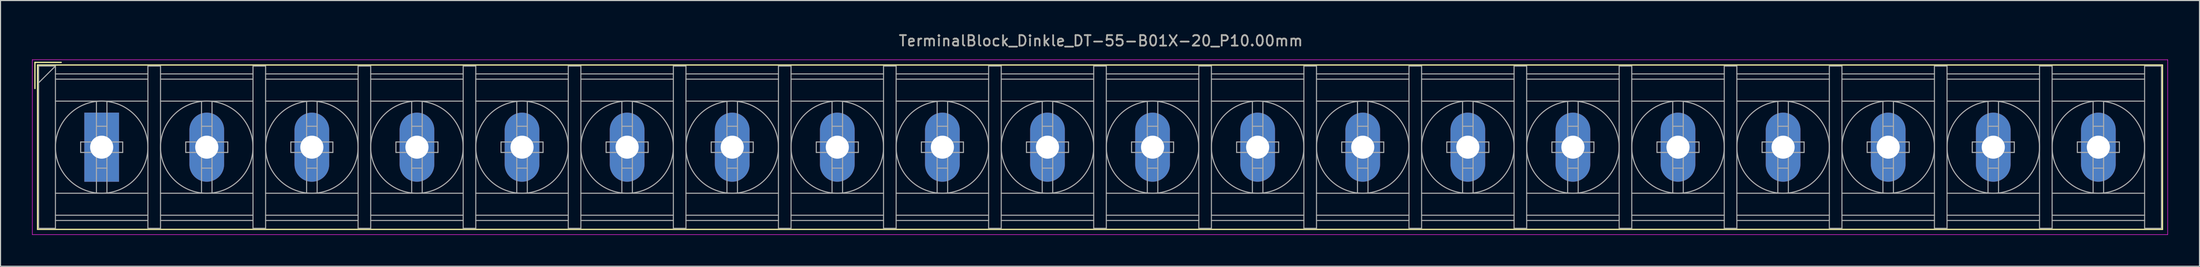
<source format=kicad_pcb>
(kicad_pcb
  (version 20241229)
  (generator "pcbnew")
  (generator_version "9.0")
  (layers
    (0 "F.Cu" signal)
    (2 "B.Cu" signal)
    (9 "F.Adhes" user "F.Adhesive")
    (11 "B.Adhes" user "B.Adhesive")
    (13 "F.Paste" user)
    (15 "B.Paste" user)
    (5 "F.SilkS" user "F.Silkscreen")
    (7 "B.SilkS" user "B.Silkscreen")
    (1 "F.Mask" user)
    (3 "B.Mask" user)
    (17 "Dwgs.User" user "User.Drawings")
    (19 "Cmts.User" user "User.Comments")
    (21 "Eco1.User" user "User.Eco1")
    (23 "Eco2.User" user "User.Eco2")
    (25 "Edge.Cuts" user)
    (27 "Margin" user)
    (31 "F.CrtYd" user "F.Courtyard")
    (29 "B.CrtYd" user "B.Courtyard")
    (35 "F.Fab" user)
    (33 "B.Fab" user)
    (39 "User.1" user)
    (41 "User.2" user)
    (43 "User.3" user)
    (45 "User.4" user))
  (footprint "TerminalBlock_Dinkle_DT-55-B01X-20_P10.00mm"
    (layer "F.Cu")
    (at 6.625 11.008)
    (property "Reference" "TerminalBlock_Dinkle_DT-55-B01X-20_P10.00mm" (at 95.08 -10.16 0) (layer "F.SilkS") (effects (font (size 1 1) (thickness 0.15))))
    (attr through_hole)
    (fp_line (start -6.35 -8.1) (end -3.85 -8.1) (stroke (width 0.12) (type solid)) (layer "F.SilkS"))
    (fp_line (start -6.35 -5.6) (end -6.35 -8.1) (stroke (width 0.12) (type solid)) (layer "F.SilkS"))
    (fp_line (start -6.1 -7.85) (end 196.1 -7.85) (stroke (width 0.12) (type solid)) (layer "F.SilkS"))
    (fp_line (start -6.1 7.85) (end -6.1 -7.85) (stroke (width 0.12) (type solid)) (layer "F.SilkS"))
    (fp_line (start -6.1 7.85) (end 196.1 7.85) (stroke (width 0.12) (type solid)) (layer "F.SilkS"))
    (fp_line (start 196.1 -7.85) (end 196.1 7.85) (stroke (width 0.12) (type solid)) (layer "F.SilkS"))
    (fp_line (start -6.6 -8.35) (end 196.6 -8.35) (stroke (width 0.05) (type solid)) (layer "F.CrtYd"))
    (fp_line (start -6.6 8.35) (end -6.6 -8.35) (stroke (width 0.05) (type solid)) (layer "F.CrtYd"))
    (fp_line (start -6.6 8.35) (end 196.6 8.35) (stroke (width 0.05) (type solid)) (layer "F.CrtYd"))
    (fp_line (start 196.6 -8.35) (end 196.6 8.35) (stroke (width 0.05) (type solid)) (layer "F.CrtYd"))
    (fp_line (start -6 -7.75) (end -6 7.75) (stroke (width 0.1) (type solid)) (layer "F.Fab"))
    (fp_line (start -6 -7.75) (end -4.4 -7.75) (stroke (width 0.1) (type solid)) (layer "F.Fab"))
    (fp_line (start -6 7.75) (end -4.4 7.75) (stroke (width 0.1) (type solid)) (layer "F.Fab"))
    (fp_line (start -4.4 -7.75) (end -6 -6.15) (stroke (width 0.1) (type solid)) (layer "F.Fab"))
    (fp_line (start -4.4 -7.75) (end -4.4 7.75) (stroke (width 0.1) (type solid)) (layer "F.Fab"))
    (fp_line (start -4.4 -7) (end 4.4 -7) (stroke (width 0.1) (type solid)) (layer "F.Fab"))
    (fp_line (start -4.4 -6.5) (end 4.4 -6.5) (stroke (width 0.1) (type solid)) (layer "F.Fab"))
    (fp_line (start -4.4 -4.4) (end 4.4 -4.4) (stroke (width 0.1) (type solid)) (layer "F.Fab"))
    (fp_line (start -4.4 4.4) (end 4.4 4.4) (stroke (width 0.1) (type solid)) (layer "F.Fab"))
    (fp_line (start -4.4 6.5) (end 4.4 6.5) (stroke (width 0.1) (type solid)) (layer "F.Fab"))
    (fp_line (start -4.4 7) (end 4.4 7) (stroke (width 0.1) (type solid)) (layer "F.Fab"))
    (fp_line (start -2 -0.5) (end -2 0.5) (stroke (width 0.1) (type solid)) (layer "F.Fab"))
    (fp_line (start -2 0.5) (end -0.5 0.5) (stroke (width 0.1) (type solid)) (layer "F.Fab"))
    (fp_line (start -0.5 -4.35) (end -0.5 -0.5) (stroke (width 0.1) (type solid)) (layer "F.Fab"))
    (fp_line (start -0.5 -2) (end 0.5 -2) (stroke (width 0.1) (type solid)) (layer "F.Fab"))
    (fp_line (start -0.5 -0.5) (end -2 -0.5) (stroke (width 0.1) (type solid)) (layer "F.Fab"))
    (fp_line (start -0.5 0.5) (end -0.5 4.35) (stroke (width 0.1) (type solid)) (layer "F.Fab"))
    (fp_line (start -0.5 2) (end 0.5 2) (stroke (width 0.1) (type solid)) (layer "F.Fab"))
    (fp_line (start 0.5 -4.35) (end 0.5 -0.5) (stroke (width 0.1) (type solid)) (layer "F.Fab"))
    (fp_line (start 0.5 -0.5) (end 2 -0.5) (stroke (width 0.1) (type solid)) (layer "F.Fab"))
    (fp_line (start 0.5 0.5) (end 0.5 4.35) (stroke (width 0.1) (type solid)) (layer "F.Fab"))
    (fp_line (start 2 -0.5) (end 2 0.5) (stroke (width 0.1) (type solid)) (layer "F.Fab"))
    (fp_line (start 2 0.5) (end 0.5 0.5) (stroke (width 0.1) (type solid)) (layer "F.Fab"))
    (fp_line (start 4.4 -7.75) (end 4.4 7.75) (stroke (width 0.1) (type solid)) (layer "F.Fab"))
    (fp_line (start 4.4 -7.75) (end 5.6 -7.75) (stroke (width 0.1) (type solid)) (layer "F.Fab"))
    (fp_line (start 4.4 7.75) (end 5.6 7.75) (stroke (width 0.1) (type solid)) (layer "F.Fab"))
    (fp_line (start 5.6 -7.75) (end 5.6 7.75) (stroke (width 0.1) (type solid)) (layer "F.Fab"))
    (fp_line (start 5.6 -7) (end 14.4 -7) (stroke (width 0.1) (type solid)) (layer "F.Fab"))
    (fp_line (start 5.6 -6.5) (end 14.4 -6.5) (stroke (width 0.1) (type solid)) (layer "F.Fab"))
    (fp_line (start 5.6 -4.4) (end 14.4 -4.4) (stroke (width 0.1) (type solid)) (layer "F.Fab"))
    (fp_line (start 5.6 4.4) (end 14.4 4.4) (stroke (width 0.1) (type solid)) (layer "F.Fab"))
    (fp_line (start 5.6 6.5) (end 14.4 6.5) (stroke (width 0.1) (type solid)) (layer "F.Fab"))
    (fp_line (start 5.6 7) (end 14.4 7) (stroke (width 0.1) (type solid)) (layer "F.Fab"))
    (fp_line (start 8 -0.5) (end 8 0.5) (stroke (width 0.1) (type solid)) (layer "F.Fab"))
    (fp_line (start 8 0.5) (end 9.5 0.5) (stroke (width 0.1) (type solid)) (layer "F.Fab"))
    (fp_line (start 9.5 -4.35) (end 9.5 -0.5) (stroke (width 0.1) (type solid)) (layer "F.Fab"))
    (fp_line (start 9.5 -2) (end 10.5 -2) (stroke (width 0.1) (type solid)) (layer "F.Fab"))
    (fp_line (start 9.5 -0.5) (end 8 -0.5) (stroke (width 0.1) (type solid)) (layer "F.Fab"))
    (fp_line (start 9.5 0.5) (end 9.5 4.35) (stroke (width 0.1) (type solid)) (layer "F.Fab"))
    (fp_line (start 9.5 2) (end 10.5 2) (stroke (width 0.1) (type solid)) (layer "F.Fab"))
    (fp_line (start 10.5 -4.35) (end 10.5 -0.5) (stroke (width 0.1) (type solid)) (layer "F.Fab"))
    (fp_line (start 10.5 -0.5) (end 12 -0.5) (stroke (width 0.1) (type solid)) (layer "F.Fab"))
    (fp_line (start 10.5 0.5) (end 10.5 4.35) (stroke (width 0.1) (type solid)) (layer "F.Fab"))
    (fp_line (start 12 -0.5) (end 12 0.5) (stroke (width 0.1) (type solid)) (layer "F.Fab"))
    (fp_line (start 12 0.5) (end 10.5 0.5) (stroke (width 0.1) (type solid)) (layer "F.Fab"))
    (fp_line (start 14.4 -7.75) (end 14.4 7.75) (stroke (width 0.1) (type solid)) (layer "F.Fab"))
    (fp_line (start 14.4 -7.75) (end 15.6 -7.75) (stroke (width 0.1) (type solid)) (layer "F.Fab"))
    (fp_line (start 14.4 7.75) (end 15.6 7.75) (stroke (width 0.1) (type solid)) (layer "F.Fab"))
    (fp_line (start 15.6 -7.75) (end 15.6 7.75) (stroke (width 0.1) (type solid)) (layer "F.Fab"))
    (fp_line (start 15.6 -7) (end 24.4 -7) (stroke (width 0.1) (type solid)) (layer "F.Fab"))
    (fp_line (start 15.6 -6.5) (end 24.4 -6.5) (stroke (width 0.1) (type solid)) (layer "F.Fab"))
    (fp_line (start 15.6 -4.4) (end 24.4 -4.4) (stroke (width 0.1) (type solid)) (layer "F.Fab"))
    (fp_line (start 15.6 4.4) (end 24.4 4.4) (stroke (width 0.1) (type solid)) (layer "F.Fab"))
    (fp_line (start 15.6 6.5) (end 24.4 6.5) (stroke (width 0.1) (type solid)) (layer "F.Fab"))
    (fp_line (start 15.6 7) (end 24.4 7) (stroke (width 0.1) (type solid)) (layer "F.Fab"))
    (fp_line (start 18 -0.5) (end 18 0.5) (stroke (width 0.1) (type solid)) (layer "F.Fab"))
    (fp_line (start 18 0.5) (end 19.5 0.5) (stroke (width 0.1) (type solid)) (layer "F.Fab"))
    (fp_line (start 19.5 -4.35) (end 19.5 -0.5) (stroke (width 0.1) (type solid)) (layer "F.Fab"))
    (fp_line (start 19.5 -2) (end 20.5 -2) (stroke (width 0.1) (type solid)) (layer "F.Fab"))
    (fp_line (start 19.5 -0.5) (end 18 -0.5) (stroke (width 0.1) (type solid)) (layer "F.Fab"))
    (fp_line (start 19.5 0.5) (end 19.5 4.35) (stroke (width 0.1) (type solid)) (layer "F.Fab"))
    (fp_line (start 19.5 2) (end 20.5 2) (stroke (width 0.1) (type solid)) (layer "F.Fab"))
    (fp_line (start 20.5 -4.35) (end 20.5 -0.5) (stroke (width 0.1) (type solid)) (layer "F.Fab"))
    (fp_line (start 20.5 -0.5) (end 22 -0.5) (stroke (width 0.1) (type solid)) (layer "F.Fab"))
    (fp_line (start 20.5 0.5) (end 20.5 4.35) (stroke (width 0.1) (type solid)) (layer "F.Fab"))
    (fp_line (start 22 -0.5) (end 22 0.5) (stroke (width 0.1) (type solid)) (layer "F.Fab"))
    (fp_line (start 22 0.5) (end 20.5 0.5) (stroke (width 0.1) (type solid)) (layer "F.Fab"))
    (fp_line (start 24.4 -7.75) (end 24.4 7.75) (stroke (width 0.1) (type solid)) (layer "F.Fab"))
    (fp_line (start 24.4 -7.75) (end 25.6 -7.75) (stroke (width 0.1) (type solid)) (layer "F.Fab"))
    (fp_line (start 24.4 7.75) (end 25.6 7.75) (stroke (width 0.1) (type solid)) (layer "F.Fab"))
    (fp_line (start 25.6 -7.75) (end 25.6 7.75) (stroke (width 0.1) (type solid)) (layer "F.Fab"))
    (fp_line (start 25.6 -7) (end 34.4 -7) (stroke (width 0.1) (type solid)) (layer "F.Fab"))
    (fp_line (start 25.6 -6.5) (end 34.4 -6.5) (stroke (width 0.1) (type solid)) (layer "F.Fab"))
    (fp_line (start 25.6 -4.4) (end 34.4 -4.4) (stroke (width 0.1) (type solid)) (layer "F.Fab"))
    (fp_line (start 25.6 4.4) (end 34.4 4.4) (stroke (width 0.1) (type solid)) (layer "F.Fab"))
    (fp_line (start 25.6 6.5) (end 34.4 6.5) (stroke (width 0.1) (type solid)) (layer "F.Fab"))
    (fp_line (start 25.6 7) (end 34.4 7) (stroke (width 0.1) (type solid)) (layer "F.Fab"))
    (fp_line (start 28 -0.5) (end 28 0.5) (stroke (width 0.1) (type solid)) (layer "F.Fab"))
    (fp_line (start 28 0.5) (end 29.5 0.5) (stroke (width 0.1) (type solid)) (layer "F.Fab"))
    (fp_line (start 29.5 -4.35) (end 29.5 -0.5) (stroke (width 0.1) (type solid)) (layer "F.Fab"))
    (fp_line (start 29.5 -2) (end 30.5 -2) (stroke (width 0.1) (type solid)) (layer "F.Fab"))
    (fp_line (start 29.5 -0.5) (end 28 -0.5) (stroke (width 0.1) (type solid)) (layer "F.Fab"))
    (fp_line (start 29.5 0.5) (end 29.5 4.35) (stroke (width 0.1) (type solid)) (layer "F.Fab"))
    (fp_line (start 29.5 2) (end 30.5 2) (stroke (width 0.1) (type solid)) (layer "F.Fab"))
    (fp_line (start 30.5 -4.35) (end 30.5 -0.5) (stroke (width 0.1) (type solid)) (layer "F.Fab"))
    (fp_line (start 30.5 -0.5) (end 32 -0.5) (stroke (width 0.1) (type solid)) (layer "F.Fab"))
    (fp_line (start 30.5 0.5) (end 30.5 4.35) (stroke (width 0.1) (type solid)) (layer "F.Fab"))
    (fp_line (start 32 -0.5) (end 32 0.5) (stroke (width 0.1) (type solid)) (layer "F.Fab"))
    (fp_line (start 32 0.5) (end 30.5 0.5) (stroke (width 0.1) (type solid)) (layer "F.Fab"))
    (fp_line (start 34.4 -7.75) (end 34.4 7.75) (stroke (width 0.1) (type solid)) (layer "F.Fab"))
    (fp_line (start 34.4 -7.75) (end 35.6 -7.75) (stroke (width 0.1) (type solid)) (layer "F.Fab"))
    (fp_line (start 34.4 7.75) (end 35.6 7.75) (stroke (width 0.1) (type solid)) (layer "F.Fab"))
    (fp_line (start 35.6 -7.75) (end 35.6 7.75) (stroke (width 0.1) (type solid)) (layer "F.Fab"))
    (fp_line (start 35.6 -7) (end 44.4 -7) (stroke (width 0.1) (type solid)) (layer "F.Fab"))
    (fp_line (start 35.6 -6.5) (end 44.4 -6.5) (stroke (width 0.1) (type solid)) (layer "F.Fab"))
    (fp_line (start 35.6 -4.4) (end 44.4 -4.4) (stroke (width 0.1) (type solid)) (layer "F.Fab"))
    (fp_line (start 35.6 4.4) (end 44.4 4.4) (stroke (width 0.1) (type solid)) (layer "F.Fab"))
    (fp_line (start 35.6 6.5) (end 44.4 6.5) (stroke (width 0.1) (type solid)) (layer "F.Fab"))
    (fp_line (start 35.6 7) (end 44.4 7) (stroke (width 0.1) (type solid)) (layer "F.Fab"))
    (fp_line (start 38 -0.5) (end 38 0.5) (stroke (width 0.1) (type solid)) (layer "F.Fab"))
    (fp_line (start 38 0.5) (end 39.5 0.5) (stroke (width 0.1) (type solid)) (layer "F.Fab"))
    (fp_line (start 39.5 -4.35) (end 39.5 -0.5) (stroke (width 0.1) (type solid)) (layer "F.Fab"))
    (fp_line (start 39.5 -2) (end 40.5 -2) (stroke (width 0.1) (type solid)) (layer "F.Fab"))
    (fp_line (start 39.5 -0.5) (end 38 -0.5) (stroke (width 0.1) (type solid)) (layer "F.Fab"))
    (fp_line (start 39.5 0.5) (end 39.5 4.35) (stroke (width 0.1) (type solid)) (layer "F.Fab"))
    (fp_line (start 39.5 2) (end 40.5 2) (stroke (width 0.1) (type solid)) (layer "F.Fab"))
    (fp_line (start 40.5 -4.35) (end 40.5 -0.5) (stroke (width 0.1) (type solid)) (layer "F.Fab"))
    (fp_line (start 40.5 -0.5) (end 42 -0.5) (stroke (width 0.1) (type solid)) (layer "F.Fab"))
    (fp_line (start 40.5 0.5) (end 40.5 4.35) (stroke (width 0.1) (type solid)) (layer "F.Fab"))
    (fp_line (start 42 -0.5) (end 42 0.5) (stroke (width 0.1) (type solid)) (layer "F.Fab"))
    (fp_line (start 42 0.5) (end 40.5 0.5) (stroke (width 0.1) (type solid)) (layer "F.Fab"))
    (fp_line (start 44.4 -7.75) (end 44.4 7.75) (stroke (width 0.1) (type solid)) (layer "F.Fab"))
    (fp_line (start 44.4 -7.75) (end 45.6 -7.75) (stroke (width 0.1) (type solid)) (layer "F.Fab"))
    (fp_line (start 44.4 7.75) (end 45.6 7.75) (stroke (width 0.1) (type solid)) (layer "F.Fab"))
    (fp_line (start 45.6 -7.75) (end 45.6 7.75) (stroke (width 0.1) (type solid)) (layer "F.Fab"))
    (fp_line (start 45.6 -7) (end 54.4 -7) (stroke (width 0.1) (type solid)) (layer "F.Fab"))
    (fp_line (start 45.6 -6.5) (end 54.4 -6.5) (stroke (width 0.1) (type solid)) (layer "F.Fab"))
    (fp_line (start 45.6 -4.4) (end 54.4 -4.4) (stroke (width 0.1) (type solid)) (layer "F.Fab"))
    (fp_line (start 45.6 4.4) (end 54.4 4.4) (stroke (width 0.1) (type solid)) (layer "F.Fab"))
    (fp_line (start 45.6 6.5) (end 54.4 6.5) (stroke (width 0.1) (type solid)) (layer "F.Fab"))
    (fp_line (start 45.6 7) (end 54.4 7) (stroke (width 0.1) (type solid)) (layer "F.Fab"))
    (fp_line (start 48 -0.5) (end 48 0.5) (stroke (width 0.1) (type solid)) (layer "F.Fab"))
    (fp_line (start 48 0.5) (end 49.5 0.5) (stroke (width 0.1) (type solid)) (layer "F.Fab"))
    (fp_line (start 49.5 -4.35) (end 49.5 -0.5) (stroke (width 0.1) (type solid)) (layer "F.Fab"))
    (fp_line (start 49.5 -2) (end 50.5 -2) (stroke (width 0.1) (type solid)) (layer "F.Fab"))
    (fp_line (start 49.5 -0.5) (end 48 -0.5) (stroke (width 0.1) (type solid)) (layer "F.Fab"))
    (fp_line (start 49.5 0.5) (end 49.5 4.35) (stroke (width 0.1) (type solid)) (layer "F.Fab"))
    (fp_line (start 49.5 2) (end 50.5 2) (stroke (width 0.1) (type solid)) (layer "F.Fab"))
    (fp_line (start 50.5 -4.35) (end 50.5 -0.5) (stroke (width 0.1) (type solid)) (layer "F.Fab"))
    (fp_line (start 50.5 -0.5) (end 52 -0.5) (stroke (width 0.1) (type solid)) (layer "F.Fab"))
    (fp_line (start 50.5 0.5) (end 50.5 4.35) (stroke (width 0.1) (type solid)) (layer "F.Fab"))
    (fp_line (start 52 -0.5) (end 52 0.5) (stroke (width 0.1) (type solid)) (layer "F.Fab"))
    (fp_line (start 52 0.5) (end 50.5 0.5) (stroke (width 0.1) (type solid)) (layer "F.Fab"))
    (fp_line (start 54.4 -7.75) (end 54.4 7.75) (stroke (width 0.1) (type solid)) (layer "F.Fab"))
    (fp_line (start 54.4 -7.75) (end 55.6 -7.75) (stroke (width 0.1) (type solid)) (layer "F.Fab"))
    (fp_line (start 54.4 7.75) (end 55.6 7.75) (stroke (width 0.1) (type solid)) (layer "F.Fab"))
    (fp_line (start 55.6 -7.75) (end 55.6 7.75) (stroke (width 0.1) (type solid)) (layer "F.Fab"))
    (fp_line (start 55.6 -7) (end 64.4 -7) (stroke (width 0.1) (type solid)) (layer "F.Fab"))
    (fp_line (start 55.6 -6.5) (end 64.4 -6.5) (stroke (width 0.1) (type solid)) (layer "F.Fab"))
    (fp_line (start 55.6 -4.4) (end 64.4 -4.4) (stroke (width 0.1) (type solid)) (layer "F.Fab"))
    (fp_line (start 55.6 4.4) (end 64.4 4.4) (stroke (width 0.1) (type solid)) (layer "F.Fab"))
    (fp_line (start 55.6 6.5) (end 64.4 6.5) (stroke (width 0.1) (type solid)) (layer "F.Fab"))
    (fp_line (start 55.6 7) (end 64.4 7) (stroke (width 0.1) (type solid)) (layer "F.Fab"))
    (fp_line (start 58 -0.5) (end 58 0.5) (stroke (width 0.1) (type solid)) (layer "F.Fab"))
    (fp_line (start 58 0.5) (end 59.5 0.5) (stroke (width 0.1) (type solid)) (layer "F.Fab"))
    (fp_line (start 59.5 -4.35) (end 59.5 -0.5) (stroke (width 0.1) (type solid)) (layer "F.Fab"))
    (fp_line (start 59.5 -2) (end 60.5 -2) (stroke (width 0.1) (type solid)) (layer "F.Fab"))
    (fp_line (start 59.5 -0.5) (end 58 -0.5) (stroke (width 0.1) (type solid)) (layer "F.Fab"))
    (fp_line (start 59.5 0.5) (end 59.5 4.35) (stroke (width 0.1) (type solid)) (layer "F.Fab"))
    (fp_line (start 59.5 2) (end 60.5 2) (stroke (width 0.1) (type solid)) (layer "F.Fab"))
    (fp_line (start 60.5 -4.35) (end 60.5 -0.5) (stroke (width 0.1) (type solid)) (layer "F.Fab"))
    (fp_line (start 60.5 -0.5) (end 62 -0.5) (stroke (width 0.1) (type solid)) (layer "F.Fab"))
    (fp_line (start 60.5 0.5) (end 60.5 4.35) (stroke (width 0.1) (type solid)) (layer "F.Fab"))
    (fp_line (start 62 -0.5) (end 62 0.5) (stroke (width 0.1) (type solid)) (layer "F.Fab"))
    (fp_line (start 62 0.5) (end 60.5 0.5) (stroke (width 0.1) (type solid)) (layer "F.Fab"))
    (fp_line (start 64.4 -7.75) (end 64.4 7.75) (stroke (width 0.1) (type solid)) (layer "F.Fab"))
    (fp_line (start 64.4 -7.75) (end 65.6 -7.75) (stroke (width 0.1) (type solid)) (layer "F.Fab"))
    (fp_line (start 64.4 7.75) (end 65.6 7.75) (stroke (width 0.1) (type solid)) (layer "F.Fab"))
    (fp_line (start 65.6 -7.75) (end 65.6 7.75) (stroke (width 0.1) (type solid)) (layer "F.Fab"))
    (fp_line (start 65.6 -7) (end 74.4 -7) (stroke (width 0.1) (type solid)) (layer "F.Fab"))
    (fp_line (start 65.6 -6.5) (end 74.4 -6.5) (stroke (width 0.1) (type solid)) (layer "F.Fab"))
    (fp_line (start 65.6 -4.4) (end 74.4 -4.4) (stroke (width 0.1) (type solid)) (layer "F.Fab"))
    (fp_line (start 65.6 4.4) (end 74.4 4.4) (stroke (width 0.1) (type solid)) (layer "F.Fab"))
    (fp_line (start 65.6 6.5) (end 74.4 6.5) (stroke (width 0.1) (type solid)) (layer "F.Fab"))
    (fp_line (start 65.6 7) (end 74.4 7) (stroke (width 0.1) (type solid)) (layer "F.Fab"))
    (fp_line (start 68 -0.5) (end 68 0.5) (stroke (width 0.1) (type solid)) (layer "F.Fab"))
    (fp_line (start 68 0.5) (end 69.5 0.5) (stroke (width 0.1) (type solid)) (layer "F.Fab"))
    (fp_line (start 69.5 -4.35) (end 69.5 -0.5) (stroke (width 0.1) (type solid)) (layer "F.Fab"))
    (fp_line (start 69.5 -2) (end 70.5 -2) (stroke (width 0.1) (type solid)) (layer "F.Fab"))
    (fp_line (start 69.5 -0.5) (end 68 -0.5) (stroke (width 0.1) (type solid)) (layer "F.Fab"))
    (fp_line (start 69.5 0.5) (end 69.5 4.35) (stroke (width 0.1) (type solid)) (layer "F.Fab"))
    (fp_line (start 69.5 2) (end 70.5 2) (stroke (width 0.1) (type solid)) (layer "F.Fab"))
    (fp_line (start 70.5 -4.35) (end 70.5 -0.5) (stroke (width 0.1) (type solid)) (layer "F.Fab"))
    (fp_line (start 70.5 -0.5) (end 72 -0.5) (stroke (width 0.1) (type solid)) (layer "F.Fab"))
    (fp_line (start 70.5 0.5) (end 70.5 4.35) (stroke (width 0.1) (type solid)) (layer "F.Fab"))
    (fp_line (start 72 -0.5) (end 72 0.5) (stroke (width 0.1) (type solid)) (layer "F.Fab"))
    (fp_line (start 72 0.5) (end 70.5 0.5) (stroke (width 0.1) (type solid)) (layer "F.Fab"))
    (fp_line (start 74.4 -7.75) (end 74.4 7.75) (stroke (width 0.1) (type solid)) (layer "F.Fab"))
    (fp_line (start 74.4 -7.75) (end 75.6 -7.75) (stroke (width 0.1) (type solid)) (layer "F.Fab"))
    (fp_line (start 74.4 7.75) (end 75.6 7.75) (stroke (width 0.1) (type solid)) (layer "F.Fab"))
    (fp_line (start 75.6 -7.75) (end 75.6 7.75) (stroke (width 0.1) (type solid)) (layer "F.Fab"))
    (fp_line (start 75.6 -7) (end 84.4 -7) (stroke (width 0.1) (type solid)) (layer "F.Fab"))
    (fp_line (start 75.6 -6.5) (end 84.4 -6.5) (stroke (width 0.1) (type solid)) (layer "F.Fab"))
    (fp_line (start 75.6 -4.4) (end 84.4 -4.4) (stroke (width 0.1) (type solid)) (layer "F.Fab"))
    (fp_line (start 75.6 4.4) (end 84.4 4.4) (stroke (width 0.1) (type solid)) (layer "F.Fab"))
    (fp_line (start 75.6 6.5) (end 84.4 6.5) (stroke (width 0.1) (type solid)) (layer "F.Fab"))
    (fp_line (start 75.6 7) (end 84.4 7) (stroke (width 0.1) (type solid)) (layer "F.Fab"))
    (fp_line (start 78 -0.5) (end 78 0.5) (stroke (width 0.1) (type solid)) (layer "F.Fab"))
    (fp_line (start 78 0.5) (end 79.5 0.5) (stroke (width 0.1) (type solid)) (layer "F.Fab"))
    (fp_line (start 79.5 -4.35) (end 79.5 -0.5) (stroke (width 0.1) (type solid)) (layer "F.Fab"))
    (fp_line (start 79.5 -2) (end 80.5 -2) (stroke (width 0.1) (type solid)) (layer "F.Fab"))
    (fp_line (start 79.5 -0.5) (end 78 -0.5) (stroke (width 0.1) (type solid)) (layer "F.Fab"))
    (fp_line (start 79.5 0.5) (end 79.5 4.35) (stroke (width 0.1) (type solid)) (layer "F.Fab"))
    (fp_line (start 79.5 2) (end 80.5 2) (stroke (width 0.1) (type solid)) (layer "F.Fab"))
    (fp_line (start 80.5 -4.35) (end 80.5 -0.5) (stroke (width 0.1) (type solid)) (layer "F.Fab"))
    (fp_line (start 80.5 -0.5) (end 82 -0.5) (stroke (width 0.1) (type solid)) (layer "F.Fab"))
    (fp_line (start 80.5 0.5) (end 80.5 4.35) (stroke (width 0.1) (type solid)) (layer "F.Fab"))
    (fp_line (start 82 -0.5) (end 82 0.5) (stroke (width 0.1) (type solid)) (layer "F.Fab"))
    (fp_line (start 82 0.5) (end 80.5 0.5) (stroke (width 0.1) (type solid)) (layer "F.Fab"))
    (fp_line (start 84.4 -7.75) (end 84.4 7.75) (stroke (width 0.1) (type solid)) (layer "F.Fab"))
    (fp_line (start 84.4 -7.75) (end 85.6 -7.75) (stroke (width 0.1) (type solid)) (layer "F.Fab"))
    (fp_line (start 84.4 7.75) (end 85.6 7.75) (stroke (width 0.1) (type solid)) (layer "F.Fab"))
    (fp_line (start 85.6 -7.75) (end 85.6 7.75) (stroke (width 0.1) (type solid)) (layer "F.Fab"))
    (fp_line (start 85.6 -7) (end 94.4 -7) (stroke (width 0.1) (type solid)) (layer "F.Fab"))
    (fp_line (start 85.6 -6.5) (end 94.4 -6.5) (stroke (width 0.1) (type solid)) (layer "F.Fab"))
    (fp_line (start 85.6 -4.4) (end 94.4 -4.4) (stroke (width 0.1) (type solid)) (layer "F.Fab"))
    (fp_line (start 85.6 4.4) (end 94.4 4.4) (stroke (width 0.1) (type solid)) (layer "F.Fab"))
    (fp_line (start 85.6 6.5) (end 94.4 6.5) (stroke (width 0.1) (type solid)) (layer "F.Fab"))
    (fp_line (start 85.6 7) (end 94.4 7) (stroke (width 0.1) (type solid)) (layer "F.Fab"))
    (fp_line (start 88 -0.5) (end 88 0.5) (stroke (width 0.1) (type solid)) (layer "F.Fab"))
    (fp_line (start 88 0.5) (end 89.5 0.5) (stroke (width 0.1) (type solid)) (layer "F.Fab"))
    (fp_line (start 89.5 -4.35) (end 89.5 -0.5) (stroke (width 0.1) (type solid)) (layer "F.Fab"))
    (fp_line (start 89.5 -2) (end 90.5 -2) (stroke (width 0.1) (type solid)) (layer "F.Fab"))
    (fp_line (start 89.5 -0.5) (end 88 -0.5) (stroke (width 0.1) (type solid)) (layer "F.Fab"))
    (fp_line (start 89.5 0.5) (end 89.5 4.35) (stroke (width 0.1) (type solid)) (layer "F.Fab"))
    (fp_line (start 89.5 2) (end 90.5 2) (stroke (width 0.1) (type solid)) (layer "F.Fab"))
    (fp_line (start 90.5 -4.35) (end 90.5 -0.5) (stroke (width 0.1) (type solid)) (layer "F.Fab"))
    (fp_line (start 90.5 -0.5) (end 92 -0.5) (stroke (width 0.1) (type solid)) (layer "F.Fab"))
    (fp_line (start 90.5 0.5) (end 90.5 4.35) (stroke (width 0.1) (type solid)) (layer "F.Fab"))
    (fp_line (start 92 -0.5) (end 92 0.5) (stroke (width 0.1) (type solid)) (layer "F.Fab"))
    (fp_line (start 92 0.5) (end 90.5 0.5) (stroke (width 0.1) (type solid)) (layer "F.Fab"))
    (fp_line (start 94.4 -7.75) (end 94.4 7.75) (stroke (width 0.1) (type solid)) (layer "F.Fab"))
    (fp_line (start 94.4 -7.75) (end 95.6 -7.75) (stroke (width 0.1) (type solid)) (layer "F.Fab"))
    (fp_line (start 94.4 7.75) (end 95.6 7.75) (stroke (width 0.1) (type solid)) (layer "F.Fab"))
    (fp_line (start 95.6 -7.75) (end 95.6 7.75) (stroke (width 0.1) (type solid)) (layer "F.Fab"))
    (fp_line (start 95.6 -7) (end 104.4 -7) (stroke (width 0.1) (type solid)) (layer "F.Fab"))
    (fp_line (start 95.6 -6.5) (end 104.4 -6.5) (stroke (width 0.1) (type solid)) (layer "F.Fab"))
    (fp_line (start 95.6 -4.4) (end 104.4 -4.4) (stroke (width 0.1) (type solid)) (layer "F.Fab"))
    (fp_line (start 95.6 4.4) (end 104.4 4.4) (stroke (width 0.1) (type solid)) (layer "F.Fab"))
    (fp_line (start 95.6 6.5) (end 104.4 6.5) (stroke (width 0.1) (type solid)) (layer "F.Fab"))
    (fp_line (start 95.6 7) (end 104.4 7) (stroke (width 0.1) (type solid)) (layer "F.Fab"))
    (fp_line (start 98 -0.5) (end 98 0.5) (stroke (width 0.1) (type solid)) (layer "F.Fab"))
    (fp_line (start 98 0.5) (end 99.5 0.5) (stroke (width 0.1) (type solid)) (layer "F.Fab"))
    (fp_line (start 99.5 -4.35) (end 99.5 -0.5) (stroke (width 0.1) (type solid)) (layer "F.Fab"))
    (fp_line (start 99.5 -2) (end 100.5 -2) (stroke (width 0.1) (type solid)) (layer "F.Fab"))
    (fp_line (start 99.5 -0.5) (end 98 -0.5) (stroke (width 0.1) (type solid)) (layer "F.Fab"))
    (fp_line (start 99.5 0.5) (end 99.5 4.35) (stroke (width 0.1) (type solid)) (layer "F.Fab"))
    (fp_line (start 99.5 2) (end 100.5 2) (stroke (width 0.1) (type solid)) (layer "F.Fab"))
    (fp_line (start 100.5 -4.35) (end 100.5 -0.5) (stroke (width 0.1) (type solid)) (layer "F.Fab"))
    (fp_line (start 100.5 -0.5) (end 102 -0.5) (stroke (width 0.1) (type solid)) (layer "F.Fab"))
    (fp_line (start 100.5 0.5) (end 100.5 4.35) (stroke (width 0.1) (type solid)) (layer "F.Fab"))
    (fp_line (start 102 -0.5) (end 102 0.5) (stroke (width 0.1) (type solid)) (layer "F.Fab"))
    (fp_line (start 102 0.5) (end 100.5 0.5) (stroke (width 0.1) (type solid)) (layer "F.Fab"))
    (fp_line (start 104.4 -7.75) (end 104.4 7.75) (stroke (width 0.1) (type solid)) (layer "F.Fab"))
    (fp_line (start 104.4 -7.75) (end 105.6 -7.75) (stroke (width 0.1) (type solid)) (layer "F.Fab"))
    (fp_line (start 104.4 7.75) (end 105.6 7.75) (stroke (width 0.1) (type solid)) (layer "F.Fab"))
    (fp_line (start 105.6 -7.75) (end 105.6 7.75) (stroke (width 0.1) (type solid)) (layer "F.Fab"))
    (fp_line (start 105.6 -7) (end 114.4 -7) (stroke (width 0.1) (type solid)) (layer "F.Fab"))
    (fp_line (start 105.6 -6.5) (end 114.4 -6.5) (stroke (width 0.1) (type solid)) (layer "F.Fab"))
    (fp_line (start 105.6 -4.4) (end 114.4 -4.4) (stroke (width 0.1) (type solid)) (layer "F.Fab"))
    (fp_line (start 105.6 4.4) (end 114.4 4.4) (stroke (width 0.1) (type solid)) (layer "F.Fab"))
    (fp_line (start 105.6 6.5) (end 114.4 6.5) (stroke (width 0.1) (type solid)) (layer "F.Fab"))
    (fp_line (start 105.6 7) (end 114.4 7) (stroke (width 0.1) (type solid)) (layer "F.Fab"))
    (fp_line (start 108 -0.5) (end 108 0.5) (stroke (width 0.1) (type solid)) (layer "F.Fab"))
    (fp_line (start 108 0.5) (end 109.5 0.5) (stroke (width 0.1) (type solid)) (layer "F.Fab"))
    (fp_line (start 109.5 -4.35) (end 109.5 -0.5) (stroke (width 0.1) (type solid)) (layer "F.Fab"))
    (fp_line (start 109.5 -2) (end 110.5 -2) (stroke (width 0.1) (type solid)) (layer "F.Fab"))
    (fp_line (start 109.5 -0.5) (end 108 -0.5) (stroke (width 0.1) (type solid)) (layer "F.Fab"))
    (fp_line (start 109.5 0.5) (end 109.5 4.35) (stroke (width 0.1) (type solid)) (layer "F.Fab"))
    (fp_line (start 109.5 2) (end 110.5 2) (stroke (width 0.1) (type solid)) (layer "F.Fab"))
    (fp_line (start 110.5 -4.35) (end 110.5 -0.5) (stroke (width 0.1) (type solid)) (layer "F.Fab"))
    (fp_line (start 110.5 -0.5) (end 112 -0.5) (stroke (width 0.1) (type solid)) (layer "F.Fab"))
    (fp_line (start 110.5 0.5) (end 110.5 4.35) (stroke (width 0.1) (type solid)) (layer "F.Fab"))
    (fp_line (start 112 -0.5) (end 112 0.5) (stroke (width 0.1) (type solid)) (layer "F.Fab"))
    (fp_line (start 112 0.5) (end 110.5 0.5) (stroke (width 0.1) (type solid)) (layer "F.Fab"))
    (fp_line (start 114.4 -7.75) (end 114.4 7.75) (stroke (width 0.1) (type solid)) (layer "F.Fab"))
    (fp_line (start 114.4 -7.75) (end 115.6 -7.75) (stroke (width 0.1) (type solid)) (layer "F.Fab"))
    (fp_line (start 114.4 7.75) (end 115.6 7.75) (stroke (width 0.1) (type solid)) (layer "F.Fab"))
    (fp_line (start 115.6 -7.75) (end 115.6 7.75) (stroke (width 0.1) (type solid)) (layer "F.Fab"))
    (fp_line (start 115.6 -7) (end 124.4 -7) (stroke (width 0.1) (type solid)) (layer "F.Fab"))
    (fp_line (start 115.6 -6.5) (end 124.4 -6.5) (stroke (width 0.1) (type solid)) (layer "F.Fab"))
    (fp_line (start 115.6 -4.4) (end 124.4 -4.4) (stroke (width 0.1) (type solid)) (layer "F.Fab"))
    (fp_line (start 115.6 4.4) (end 124.4 4.4) (stroke (width 0.1) (type solid)) (layer "F.Fab"))
    (fp_line (start 115.6 6.5) (end 124.4 6.5) (stroke (width 0.1) (type solid)) (layer "F.Fab"))
    (fp_line (start 115.6 7) (end 124.4 7) (stroke (width 0.1) (type solid)) (layer "F.Fab"))
    (fp_line (start 118 -0.5) (end 118 0.5) (stroke (width 0.1) (type solid)) (layer "F.Fab"))
    (fp_line (start 118 0.5) (end 119.5 0.5) (stroke (width 0.1) (type solid)) (layer "F.Fab"))
    (fp_line (start 119.5 -4.35) (end 119.5 -0.5) (stroke (width 0.1) (type solid)) (layer "F.Fab"))
    (fp_line (start 119.5 -2) (end 120.5 -2) (stroke (width 0.1) (type solid)) (layer "F.Fab"))
    (fp_line (start 119.5 -0.5) (end 118 -0.5) (stroke (width 0.1) (type solid)) (layer "F.Fab"))
    (fp_line (start 119.5 0.5) (end 119.5 4.35) (stroke (width 0.1) (type solid)) (layer "F.Fab"))
    (fp_line (start 119.5 2) (end 120.5 2) (stroke (width 0.1) (type solid)) (layer "F.Fab"))
    (fp_line (start 120.5 -4.35) (end 120.5 -0.5) (stroke (width 0.1) (type solid)) (layer "F.Fab"))
    (fp_line (start 120.5 -0.5) (end 122 -0.5) (stroke (width 0.1) (type solid)) (layer "F.Fab"))
    (fp_line (start 120.5 0.5) (end 120.5 4.35) (stroke (width 0.1) (type solid)) (layer "F.Fab"))
    (fp_line (start 122 -0.5) (end 122 0.5) (stroke (width 0.1) (type solid)) (layer "F.Fab"))
    (fp_line (start 122 0.5) (end 120.5 0.5) (stroke (width 0.1) (type solid)) (layer "F.Fab"))
    (fp_line (start 124.4 -7.75) (end 124.4 7.75) (stroke (width 0.1) (type solid)) (layer "F.Fab"))
    (fp_line (start 124.4 -7.75) (end 125.6 -7.75) (stroke (width 0.1) (type solid)) (layer "F.Fab"))
    (fp_line (start 124.4 7.75) (end 125.6 7.75) (stroke (width 0.1) (type solid)) (layer "F.Fab"))
    (fp_line (start 125.6 -7.75) (end 125.6 7.75) (stroke (width 0.1) (type solid)) (layer "F.Fab"))
    (fp_line (start 125.6 -7) (end 134.4 -7) (stroke (width 0.1) (type solid)) (layer "F.Fab"))
    (fp_line (start 125.6 -6.5) (end 134.4 -6.5) (stroke (width 0.1) (type solid)) (layer "F.Fab"))
    (fp_line (start 125.6 -4.4) (end 134.4 -4.4) (stroke (width 0.1) (type solid)) (layer "F.Fab"))
    (fp_line (start 125.6 4.4) (end 134.4 4.4) (stroke (width 0.1) (type solid)) (layer "F.Fab"))
    (fp_line (start 125.6 6.5) (end 134.4 6.5) (stroke (width 0.1) (type solid)) (layer "F.Fab"))
    (fp_line (start 125.6 7) (end 134.4 7) (stroke (width 0.1) (type solid)) (layer "F.Fab"))
    (fp_line (start 128 -0.5) (end 128 0.5) (stroke (width 0.1) (type solid)) (layer "F.Fab"))
    (fp_line (start 128 0.5) (end 129.5 0.5) (stroke (width 0.1) (type solid)) (layer "F.Fab"))
    (fp_line (start 129.5 -4.35) (end 129.5 -0.5) (stroke (width 0.1) (type solid)) (layer "F.Fab"))
    (fp_line (start 129.5 -2) (end 130.5 -2) (stroke (width 0.1) (type solid)) (layer "F.Fab"))
    (fp_line (start 129.5 -0.5) (end 128 -0.5) (stroke (width 0.1) (type solid)) (layer "F.Fab"))
    (fp_line (start 129.5 0.5) (end 129.5 4.35) (stroke (width 0.1) (type solid)) (layer "F.Fab"))
    (fp_line (start 129.5 2) (end 130.5 2) (stroke (width 0.1) (type solid)) (layer "F.Fab"))
    (fp_line (start 130.5 -4.35) (end 130.5 -0.5) (stroke (width 0.1) (type solid)) (layer "F.Fab"))
    (fp_line (start 130.5 -0.5) (end 132 -0.5) (stroke (width 0.1) (type solid)) (layer "F.Fab"))
    (fp_line (start 130.5 0.5) (end 130.5 4.35) (stroke (width 0.1) (type solid)) (layer "F.Fab"))
    (fp_line (start 132 -0.5) (end 132 0.5) (stroke (width 0.1) (type solid)) (layer "F.Fab"))
    (fp_line (start 132 0.5) (end 130.5 0.5) (stroke (width 0.1) (type solid)) (layer "F.Fab"))
    (fp_line (start 134.4 -7.75) (end 134.4 7.75) (stroke (width 0.1) (type solid)) (layer "F.Fab"))
    (fp_line (start 134.4 -7.75) (end 135.6 -7.75) (stroke (width 0.1) (type solid)) (layer "F.Fab"))
    (fp_line (start 134.4 7.75) (end 135.6 7.75) (stroke (width 0.1) (type solid)) (layer "F.Fab"))
    (fp_line (start 135.6 -7.75) (end 135.6 7.75) (stroke (width 0.1) (type solid)) (layer "F.Fab"))
    (fp_line (start 135.6 -7) (end 144.4 -7) (stroke (width 0.1) (type solid)) (layer "F.Fab"))
    (fp_line (start 135.6 -6.5) (end 144.4 -6.5) (stroke (width 0.1) (type solid)) (layer "F.Fab"))
    (fp_line (start 135.6 -4.4) (end 144.4 -4.4) (stroke (width 0.1) (type solid)) (layer "F.Fab"))
    (fp_line (start 135.6 4.4) (end 144.4 4.4) (stroke (width 0.1) (type solid)) (layer "F.Fab"))
    (fp_line (start 135.6 6.5) (end 144.4 6.5) (stroke (width 0.1) (type solid)) (layer "F.Fab"))
    (fp_line (start 135.6 7) (end 144.4 7) (stroke (width 0.1) (type solid)) (layer "F.Fab"))
    (fp_line (start 138 -0.5) (end 138 0.5) (stroke (width 0.1) (type solid)) (layer "F.Fab"))
    (fp_line (start 138 0.5) (end 139.5 0.5) (stroke (width 0.1) (type solid)) (layer "F.Fab"))
    (fp_line (start 139.5 -4.35) (end 139.5 -0.5) (stroke (width 0.1) (type solid)) (layer "F.Fab"))
    (fp_line (start 139.5 -2) (end 140.5 -2) (stroke (width 0.1) (type solid)) (layer "F.Fab"))
    (fp_line (start 139.5 -0.5) (end 138 -0.5) (stroke (width 0.1) (type solid)) (layer "F.Fab"))
    (fp_line (start 139.5 0.5) (end 139.5 4.35) (stroke (width 0.1) (type solid)) (layer "F.Fab"))
    (fp_line (start 139.5 2) (end 140.5 2) (stroke (width 0.1) (type solid)) (layer "F.Fab"))
    (fp_line (start 140.5 -4.35) (end 140.5 -0.5) (stroke (width 0.1) (type solid)) (layer "F.Fab"))
    (fp_line (start 140.5 -0.5) (end 142 -0.5) (stroke (width 0.1) (type solid)) (layer "F.Fab"))
    (fp_line (start 140.5 0.5) (end 140.5 4.35) (stroke (width 0.1) (type solid)) (layer "F.Fab"))
    (fp_line (start 142 -0.5) (end 142 0.5) (stroke (width 0.1) (type solid)) (layer "F.Fab"))
    (fp_line (start 142 0.5) (end 140.5 0.5) (stroke (width 0.1) (type solid)) (layer "F.Fab"))
    (fp_line (start 144.4 -7.75) (end 144.4 7.75) (stroke (width 0.1) (type solid)) (layer "F.Fab"))
    (fp_line (start 144.4 -7.75) (end 145.6 -7.75) (stroke (width 0.1) (type solid)) (layer "F.Fab"))
    (fp_line (start 144.4 7.75) (end 145.6 7.75) (stroke (width 0.1) (type solid)) (layer "F.Fab"))
    (fp_line (start 145.6 -7.75) (end 145.6 7.75) (stroke (width 0.1) (type solid)) (layer "F.Fab"))
    (fp_line (start 145.6 -7) (end 154.4 -7) (stroke (width 0.1) (type solid)) (layer "F.Fab"))
    (fp_line (start 145.6 -6.5) (end 154.4 -6.5) (stroke (width 0.1) (type solid)) (layer "F.Fab"))
    (fp_line (start 145.6 -4.4) (end 154.4 -4.4) (stroke (width 0.1) (type solid)) (layer "F.Fab"))
    (fp_line (start 145.6 4.4) (end 154.4 4.4) (stroke (width 0.1) (type solid)) (layer "F.Fab"))
    (fp_line (start 145.6 6.5) (end 154.4 6.5) (stroke (width 0.1) (type solid)) (layer "F.Fab"))
    (fp_line (start 145.6 7) (end 154.4 7) (stroke (width 0.1) (type solid)) (layer "F.Fab"))
    (fp_line (start 148 -0.5) (end 148 0.5) (stroke (width 0.1) (type solid)) (layer "F.Fab"))
    (fp_line (start 148 0.5) (end 149.5 0.5) (stroke (width 0.1) (type solid)) (layer "F.Fab"))
    (fp_line (start 149.5 -4.35) (end 149.5 -0.5) (stroke (width 0.1) (type solid)) (layer "F.Fab"))
    (fp_line (start 149.5 -2) (end 150.5 -2) (stroke (width 0.1) (type solid)) (layer "F.Fab"))
    (fp_line (start 149.5 -0.5) (end 148 -0.5) (stroke (width 0.1) (type solid)) (layer "F.Fab"))
    (fp_line (start 149.5 0.5) (end 149.5 4.35) (stroke (width 0.1) (type solid)) (layer "F.Fab"))
    (fp_line (start 149.5 2) (end 150.5 2) (stroke (width 0.1) (type solid)) (layer "F.Fab"))
    (fp_line (start 150.5 -4.35) (end 150.5 -0.5) (stroke (width 0.1) (type solid)) (layer "F.Fab"))
    (fp_line (start 150.5 -0.5) (end 152 -0.5) (stroke (width 0.1) (type solid)) (layer "F.Fab"))
    (fp_line (start 150.5 0.5) (end 150.5 4.35) (stroke (width 0.1) (type solid)) (layer "F.Fab"))
    (fp_line (start 152 -0.5) (end 152 0.5) (stroke (width 0.1) (type solid)) (layer "F.Fab"))
    (fp_line (start 152 0.5) (end 150.5 0.5) (stroke (width 0.1) (type solid)) (layer "F.Fab"))
    (fp_line (start 154.4 -7.75) (end 154.4 7.75) (stroke (width 0.1) (type solid)) (layer "F.Fab"))
    (fp_line (start 154.4 -7.75) (end 155.6 -7.75) (stroke (width 0.1) (type solid)) (layer "F.Fab"))
    (fp_line (start 154.4 7.75) (end 155.6 7.75) (stroke (width 0.1) (type solid)) (layer "F.Fab"))
    (fp_line (start 155.6 -7.75) (end 155.6 7.75) (stroke (width 0.1) (type solid)) (layer "F.Fab"))
    (fp_line (start 155.6 -7) (end 164.4 -7) (stroke (width 0.1) (type solid)) (layer "F.Fab"))
    (fp_line (start 155.6 -6.5) (end 164.4 -6.5) (stroke (width 0.1) (type solid)) (layer "F.Fab"))
    (fp_line (start 155.6 -4.4) (end 164.4 -4.4) (stroke (width 0.1) (type solid)) (layer "F.Fab"))
    (fp_line (start 155.6 4.4) (end 164.4 4.4) (stroke (width 0.1) (type solid)) (layer "F.Fab"))
    (fp_line (start 155.6 6.5) (end 164.4 6.5) (stroke (width 0.1) (type solid)) (layer "F.Fab"))
    (fp_line (start 155.6 7) (end 164.4 7) (stroke (width 0.1) (type solid)) (layer "F.Fab"))
    (fp_line (start 158 -0.5) (end 158 0.5) (stroke (width 0.1) (type solid)) (layer "F.Fab"))
    (fp_line (start 158 0.5) (end 159.5 0.5) (stroke (width 0.1) (type solid)) (layer "F.Fab"))
    (fp_line (start 159.5 -4.35) (end 159.5 -0.5) (stroke (width 0.1) (type solid)) (layer "F.Fab"))
    (fp_line (start 159.5 -2) (end 160.5 -2) (stroke (width 0.1) (type solid)) (layer "F.Fab"))
    (fp_line (start 159.5 -0.5) (end 158 -0.5) (stroke (width 0.1) (type solid)) (layer "F.Fab"))
    (fp_line (start 159.5 0.5) (end 159.5 4.35) (stroke (width 0.1) (type solid)) (layer "F.Fab"))
    (fp_line (start 159.5 2) (end 160.5 2) (stroke (width 0.1) (type solid)) (layer "F.Fab"))
    (fp_line (start 160.5 -4.35) (end 160.5 -0.5) (stroke (width 0.1) (type solid)) (layer "F.Fab"))
    (fp_line (start 160.5 -0.5) (end 162 -0.5) (stroke (width 0.1) (type solid)) (layer "F.Fab"))
    (fp_line (start 160.5 0.5) (end 160.5 4.35) (stroke (width 0.1) (type solid)) (layer "F.Fab"))
    (fp_line (start 162 -0.5) (end 162 0.5) (stroke (width 0.1) (type solid)) (layer "F.Fab"))
    (fp_line (start 162 0.5) (end 160.5 0.5) (stroke (width 0.1) (type solid)) (layer "F.Fab"))
    (fp_line (start 164.4 -7.75) (end 164.4 7.75) (stroke (width 0.1) (type solid)) (layer "F.Fab"))
    (fp_line (start 164.4 -7.75) (end 165.6 -7.75) (stroke (width 0.1) (type solid)) (layer "F.Fab"))
    (fp_line (start 164.4 7.75) (end 165.6 7.75) (stroke (width 0.1) (type solid)) (layer "F.Fab"))
    (fp_line (start 165.6 -7.75) (end 165.6 7.75) (stroke (width 0.1) (type solid)) (layer "F.Fab"))
    (fp_line (start 165.6 -7) (end 174.4 -7) (stroke (width 0.1) (type solid)) (layer "F.Fab"))
    (fp_line (start 165.6 -6.5) (end 174.4 -6.5) (stroke (width 0.1) (type solid)) (layer "F.Fab"))
    (fp_line (start 165.6 -4.4) (end 174.4 -4.4) (stroke (width 0.1) (type solid)) (layer "F.Fab"))
    (fp_line (start 165.6 4.4) (end 174.4 4.4) (stroke (width 0.1) (type solid)) (layer "F.Fab"))
    (fp_line (start 165.6 6.5) (end 174.4 6.5) (stroke (width 0.1) (type solid)) (layer "F.Fab"))
    (fp_line (start 165.6 7) (end 174.4 7) (stroke (width 0.1) (type solid)) (layer "F.Fab"))
    (fp_line (start 168 -0.5) (end 168 0.5) (stroke (width 0.1) (type solid)) (layer "F.Fab"))
    (fp_line (start 168 0.5) (end 169.5 0.5) (stroke (width 0.1) (type solid)) (layer "F.Fab"))
    (fp_line (start 169.5 -4.35) (end 169.5 -0.5) (stroke (width 0.1) (type solid)) (layer "F.Fab"))
    (fp_line (start 169.5 -2) (end 170.5 -2) (stroke (width 0.1) (type solid)) (layer "F.Fab"))
    (fp_line (start 169.5 -0.5) (end 168 -0.5) (stroke (width 0.1) (type solid)) (layer "F.Fab"))
    (fp_line (start 169.5 0.5) (end 169.5 4.35) (stroke (width 0.1) (type solid)) (layer "F.Fab"))
    (fp_line (start 169.5 2) (end 170.5 2) (stroke (width 0.1) (type solid)) (layer "F.Fab"))
    (fp_line (start 170.5 -4.35) (end 170.5 -0.5) (stroke (width 0.1) (type solid)) (layer "F.Fab"))
    (fp_line (start 170.5 -0.5) (end 172 -0.5) (stroke (width 0.1) (type solid)) (layer "F.Fab"))
    (fp_line (start 170.5 0.5) (end 170.5 4.35) (stroke (width 0.1) (type solid)) (layer "F.Fab"))
    (fp_line (start 172 -0.5) (end 172 0.5) (stroke (width 0.1) (type solid)) (layer "F.Fab"))
    (fp_line (start 172 0.5) (end 170.5 0.5) (stroke (width 0.1) (type solid)) (layer "F.Fab"))
    (fp_line (start 174.4 -7.75) (end 174.4 7.75) (stroke (width 0.1) (type solid)) (layer "F.Fab"))
    (fp_line (start 174.4 -7.75) (end 175.6 -7.75) (stroke (width 0.1) (type solid)) (layer "F.Fab"))
    (fp_line (start 174.4 7.75) (end 175.6 7.75) (stroke (width 0.1) (type solid)) (layer "F.Fab"))
    (fp_line (start 175.6 -7.75) (end 175.6 7.75) (stroke (width 0.1) (type solid)) (layer "F.Fab"))
    (fp_line (start 175.6 -7) (end 184.4 -7) (stroke (width 0.1) (type solid)) (layer "F.Fab"))
    (fp_line (start 175.6 -6.5) (end 184.4 -6.5) (stroke (width 0.1) (type solid)) (layer "F.Fab"))
    (fp_line (start 175.6 -4.4) (end 184.4 -4.4) (stroke (width 0.1) (type solid)) (layer "F.Fab"))
    (fp_line (start 175.6 4.4) (end 184.4 4.4) (stroke (width 0.1) (type solid)) (layer "F.Fab"))
    (fp_line (start 175.6 6.5) (end 184.4 6.5) (stroke (width 0.1) (type solid)) (layer "F.Fab"))
    (fp_line (start 175.6 7) (end 184.4 7) (stroke (width 0.1) (type solid)) (layer "F.Fab"))
    (fp_line (start 178 -0.5) (end 178 0.5) (stroke (width 0.1) (type solid)) (layer "F.Fab"))
    (fp_line (start 178 0.5) (end 179.5 0.5) (stroke (width 0.1) (type solid)) (layer "F.Fab"))
    (fp_line (start 179.5 -4.35) (end 179.5 -0.5) (stroke (width 0.1) (type solid)) (layer "F.Fab"))
    (fp_line (start 179.5 -2) (end 180.5 -2) (stroke (width 0.1) (type solid)) (layer "F.Fab"))
    (fp_line (start 179.5 -0.5) (end 178 -0.5) (stroke (width 0.1) (type solid)) (layer "F.Fab"))
    (fp_line (start 179.5 0.5) (end 179.5 4.35) (stroke (width 0.1) (type solid)) (layer "F.Fab"))
    (fp_line (start 179.5 2) (end 180.5 2) (stroke (width 0.1) (type solid)) (layer "F.Fab"))
    (fp_line (start 180.5 -4.35) (end 180.5 -0.5) (stroke (width 0.1) (type solid)) (layer "F.Fab"))
    (fp_line (start 180.5 -0.5) (end 182 -0.5) (stroke (width 0.1) (type solid)) (layer "F.Fab"))
    (fp_line (start 180.5 0.5) (end 180.5 4.35) (stroke (width 0.1) (type solid)) (layer "F.Fab"))
    (fp_line (start 182 -0.5) (end 182 0.5) (stroke (width 0.1) (type solid)) (layer "F.Fab"))
    (fp_line (start 182 0.5) (end 180.5 0.5) (stroke (width 0.1) (type solid)) (layer "F.Fab"))
    (fp_line (start 184.4 -7.75) (end 184.4 7.75) (stroke (width 0.1) (type solid)) (layer "F.Fab"))
    (fp_line (start 184.4 -7.75) (end 185.6 -7.75) (stroke (width 0.1) (type solid)) (layer "F.Fab"))
    (fp_line (start 184.4 7.75) (end 185.6 7.75) (stroke (width 0.1) (type solid)) (layer "F.Fab"))
    (fp_line (start 185.6 -7.75) (end 185.6 7.75) (stroke (width 0.1) (type solid)) (layer "F.Fab"))
    (fp_line (start 185.6 -7) (end 194.4 -7) (stroke (width 0.1) (type solid)) (layer "F.Fab"))
    (fp_line (start 185.6 -6.5) (end 194.4 -6.5) (stroke (width 0.1) (type solid)) (layer "F.Fab"))
    (fp_line (start 185.6 -4.4) (end 194.4 -4.4) (stroke (width 0.1) (type solid)) (layer "F.Fab"))
    (fp_line (start 185.6 4.4) (end 194.4 4.4) (stroke (width 0.1) (type solid)) (layer "F.Fab"))
    (fp_line (start 185.6 6.5) (end 194.4 6.5) (stroke (width 0.1) (type solid)) (layer "F.Fab"))
    (fp_line (start 185.6 7) (end 194.4 7) (stroke (width 0.1) (type solid)) (layer "F.Fab"))
    (fp_line (start 188 -0.5) (end 188 0.5) (stroke (width 0.1) (type solid)) (layer "F.Fab"))
    (fp_line (start 188 0.5) (end 189.5 0.5) (stroke (width 0.1) (type solid)) (layer "F.Fab"))
    (fp_line (start 189.5 -4.35) (end 189.5 -0.5) (stroke (width 0.1) (type solid)) (layer "F.Fab"))
    (fp_line (start 189.5 -2) (end 190.5 -2) (stroke (width 0.1) (type solid)) (layer "F.Fab"))
    (fp_line (start 189.5 -0.5) (end 188 -0.5) (stroke (width 0.1) (type solid)) (layer "F.Fab"))
    (fp_line (start 189.5 0.5) (end 189.5 4.35) (stroke (width 0.1) (type solid)) (layer "F.Fab"))
    (fp_line (start 189.5 2) (end 190.5 2) (stroke (width 0.1) (type solid)) (layer "F.Fab"))
    (fp_line (start 190.5 -4.35) (end 190.5 -0.5) (stroke (width 0.1) (type solid)) (layer "F.Fab"))
    (fp_line (start 190.5 -0.5) (end 192 -0.5) (stroke (width 0.1) (type solid)) (layer "F.Fab"))
    (fp_line (start 190.5 0.5) (end 190.5 4.35) (stroke (width 0.1) (type solid)) (layer "F.Fab"))
    (fp_line (start 192 -0.5) (end 192 0.5) (stroke (width 0.1) (type solid)) (layer "F.Fab"))
    (fp_line (start 192 0.5) (end 190.5 0.5) (stroke (width 0.1) (type solid)) (layer "F.Fab"))
    (fp_line (start 194.4 -7.75) (end 194.4 7.75) (stroke (width 0.1) (type solid)) (layer "F.Fab"))
    (fp_line (start 194.4 -7.75) (end 196 -7.75) (stroke (width 0.1) (type solid)) (layer "F.Fab"))
    (fp_line (start 194.4 7.75) (end 196 7.75) (stroke (width 0.1) (type solid)) (layer "F.Fab"))
    (fp_line (start 196 -7.75) (end 196 7.75) (stroke (width 0.1) (type solid)) (layer "F.Fab"))
    (fp_circle (center 0 0) (end 0.5 0.5) (stroke (width 0.1) (type solid)) (fill no) (layer "F.Fab"))
    (fp_circle (center 0 0) (end 4.4 0) (stroke (width 0.1) (type solid)) (fill no) (layer "F.Fab"))
    (fp_circle (center 10 0) (end 10.5 0.5) (stroke (width 0.1) (type solid)) (fill no) (layer "F.Fab"))
    (fp_circle (center 10 0) (end 14.4 0) (stroke (width 0.1) (type solid)) (fill no) (layer "F.Fab"))
    (fp_circle (center 20 0) (end 20.5 0.5) (stroke (width 0.1) (type solid)) (fill no) (layer "F.Fab"))
    (fp_circle (center 20 0) (end 24.4 0) (stroke (width 0.1) (type solid)) (fill no) (layer "F.Fab"))
    (fp_circle (center 30 0) (end 30.5 0.5) (stroke (width 0.1) (type solid)) (fill no) (layer "F.Fab"))
    (fp_circle (center 30 0) (end 34.4 0) (stroke (width 0.1) (type solid)) (fill no) (layer "F.Fab"))
    (fp_circle (center 40 0) (end 40.5 0.5) (stroke (width 0.1) (type solid)) (fill no) (layer "F.Fab"))
    (fp_circle (center 40 0) (end 44.4 0) (stroke (width 0.1) (type solid)) (fill no) (layer "F.Fab"))
    (fp_circle (center 50 0) (end 50.5 0.5) (stroke (width 0.1) (type solid)) (fill no) (layer "F.Fab"))
    (fp_circle (center 50 0) (end 54.4 0) (stroke (width 0.1) (type solid)) (fill no) (layer "F.Fab"))
    (fp_circle (center 60 0) (end 60.5 0.5) (stroke (width 0.1) (type solid)) (fill no) (layer "F.Fab"))
    (fp_circle (center 60 0) (end 64.4 0) (stroke (width 0.1) (type solid)) (fill no) (layer "F.Fab"))
    (fp_circle (center 70 0) (end 70.5 0.5) (stroke (width 0.1) (type solid)) (fill no) (layer "F.Fab"))
    (fp_circle (center 70 0) (end 74.4 0) (stroke (width 0.1) (type solid)) (fill no) (layer "F.Fab"))
    (fp_circle (center 80 0) (end 80.5 0.5) (stroke (width 0.1) (type solid)) (fill no) (layer "F.Fab"))
    (fp_circle (center 80 0) (end 84.4 0) (stroke (width 0.1) (type solid)) (fill no) (layer "F.Fab"))
    (fp_circle (center 90 0) (end 90.5 0.5) (stroke (width 0.1) (type solid)) (fill no) (layer "F.Fab"))
    (fp_circle (center 90 0) (end 94.4 0) (stroke (width 0.1) (type solid)) (fill no) (layer "F.Fab"))
    (fp_circle (center 100 0) (end 100.5 0.5) (stroke (width 0.1) (type solid)) (fill no) (layer "F.Fab"))
    (fp_circle (center 100 0) (end 104.4 0) (stroke (width 0.1) (type solid)) (fill no) (layer "F.Fab"))
    (fp_circle (center 110 0) (end 110.5 0.5) (stroke (width 0.1) (type solid)) (fill no) (layer "F.Fab"))
    (fp_circle (center 110 0) (end 114.4 0) (stroke (width 0.1) (type solid)) (fill no) (layer "F.Fab"))
    (fp_circle (center 120 0) (end 120.5 0.5) (stroke (width 0.1) (type solid)) (fill no) (layer "F.Fab"))
    (fp_circle (center 120 0) (end 124.4 0) (stroke (width 0.1) (type solid)) (fill no) (layer "F.Fab"))
    (fp_circle (center 130 0) (end 130.5 0.5) (stroke (width 0.1) (type solid)) (fill no) (layer "F.Fab"))
    (fp_circle (center 130 0) (end 134.4 0) (stroke (width 0.1) (type solid)) (fill no) (layer "F.Fab"))
    (fp_circle (center 140 0) (end 140.5 0.5) (stroke (width 0.1) (type solid)) (fill no) (layer "F.Fab"))
    (fp_circle (center 140 0) (end 144.4 0) (stroke (width 0.1) (type solid)) (fill no) (layer "F.Fab"))
    (fp_circle (center 150 0) (end 150.5 0.5) (stroke (width 0.1) (type solid)) (fill no) (layer "F.Fab"))
    (fp_circle (center 150 0) (end 154.4 0) (stroke (width 0.1) (type solid)) (fill no) (layer "F.Fab"))
    (fp_circle (center 160 0) (end 160.5 0.5) (stroke (width 0.1) (type solid)) (fill no) (layer "F.Fab"))
    (fp_circle (center 160 0) (end 164.4 0) (stroke (width 0.1) (type solid)) (fill no) (layer "F.Fab"))
    (fp_circle (center 170 0) (end 170.5 0.5) (stroke (width 0.1) (type solid)) (fill no) (layer "F.Fab"))
    (fp_circle (center 170 0) (end 174.4 0) (stroke (width 0.1) (type solid)) (fill no) (layer "F.Fab"))
    (fp_circle (center 180 0) (end 180.5 0.5) (stroke (width 0.1) (type solid)) (fill no) (layer "F.Fab"))
    (fp_circle (center 180 0) (end 184.4 0) (stroke (width 0.1) (type solid)) (fill no) (layer "F.Fab"))
    (fp_circle (center 190 0) (end 190.5 0.5) (stroke (width 0.1) (type solid)) (fill no) (layer "F.Fab"))
    (fp_circle (center 190 0) (end 194.4 0) (stroke (width 0.1) (type solid)) (fill no) (layer "F.Fab"))
    (fp_text user "${REFERENCE}" (at 95.08 -10.16 0) (layer "F.Fab") (effects (font (size 1 1) (thickness 0.15))))
    (pad "1" thru_hole rect (at 0 0) (size 3.3 6.6) (drill 2.2) (layers "*.Cu" "*.Mask"))
    (pad "2" thru_hole oval (at 10 0) (size 3.3 6.6) (drill 2.2) (layers "*.Cu" "*.Mask"))
    (pad "3" thru_hole oval (at 20 0) (size 3.3 6.6) (drill 2.2) (layers "*.Cu" "*.Mask"))
    (pad "4" thru_hole oval (at 30 0) (size 3.3 6.6) (drill 2.2) (layers "*.Cu" "*.Mask"))
    (pad "5" thru_hole oval (at 40 0) (size 3.3 6.6) (drill 2.2) (layers "*.Cu" "*.Mask"))
    (pad "6" thru_hole oval (at 50 0) (size 3.3 6.6) (drill 2.2) (layers "*.Cu" "*.Mask"))
    (pad "7" thru_hole oval (at 60 0) (size 3.3 6.6) (drill 2.2) (layers "*.Cu" "*.Mask"))
    (pad "8" thru_hole oval (at 70 0) (size 3.3 6.6) (drill 2.2) (layers "*.Cu" "*.Mask"))
    (pad "9" thru_hole oval (at 80 0) (size 3.3 6.6) (drill 2.2) (layers "*.Cu" "*.Mask"))
    (pad "10" thru_hole oval (at 90 0) (size 3.3 6.6) (drill 2.2) (layers "*.Cu" "*.Mask"))
    (pad "11" thru_hole oval (at 100 0) (size 3.3 6.6) (drill 2.2) (layers "*.Cu" "*.Mask"))
    (pad "12" thru_hole oval (at 110 0) (size 3.3 6.6) (drill 2.2) (layers "*.Cu" "*.Mask"))
    (pad "13" thru_hole oval (at 120 0) (size 3.3 6.6) (drill 2.2) (layers "*.Cu" "*.Mask"))
    (pad "14" thru_hole oval (at 130 0) (size 3.3 6.6) (drill 2.2) (layers "*.Cu" "*.Mask"))
    (pad "15" thru_hole oval (at 140 0) (size 3.3 6.6) (drill 2.2) (layers "*.Cu" "*.Mask"))
    (pad "16" thru_hole oval (at 150 0) (size 3.3 6.6) (drill 2.2) (layers "*.Cu" "*.Mask"))
    (pad "17" thru_hole oval (at 160 0) (size 3.3 6.6) (drill 2.2) (layers "*.Cu" "*.Mask"))
    (pad "18" thru_hole oval (at 170 0) (size 3.3 6.6) (drill 2.2) (layers "*.Cu" "*.Mask"))
    (pad "19" thru_hole oval (at 180 0) (size 3.3 6.6) (drill 2.2) (layers "*.Cu" "*.Mask"))
    (pad "20" thru_hole oval (at 190 0) (size 3.3 6.6) (drill 2.2) (layers "*.Cu" "*.Mask")))
  (gr_rect
    (start -3 -3)
    (end 206.25 22.383)
    (stroke (width 0.1) (type default))
    (fill no)
    (layer "Edge.Cuts")))
</source>
